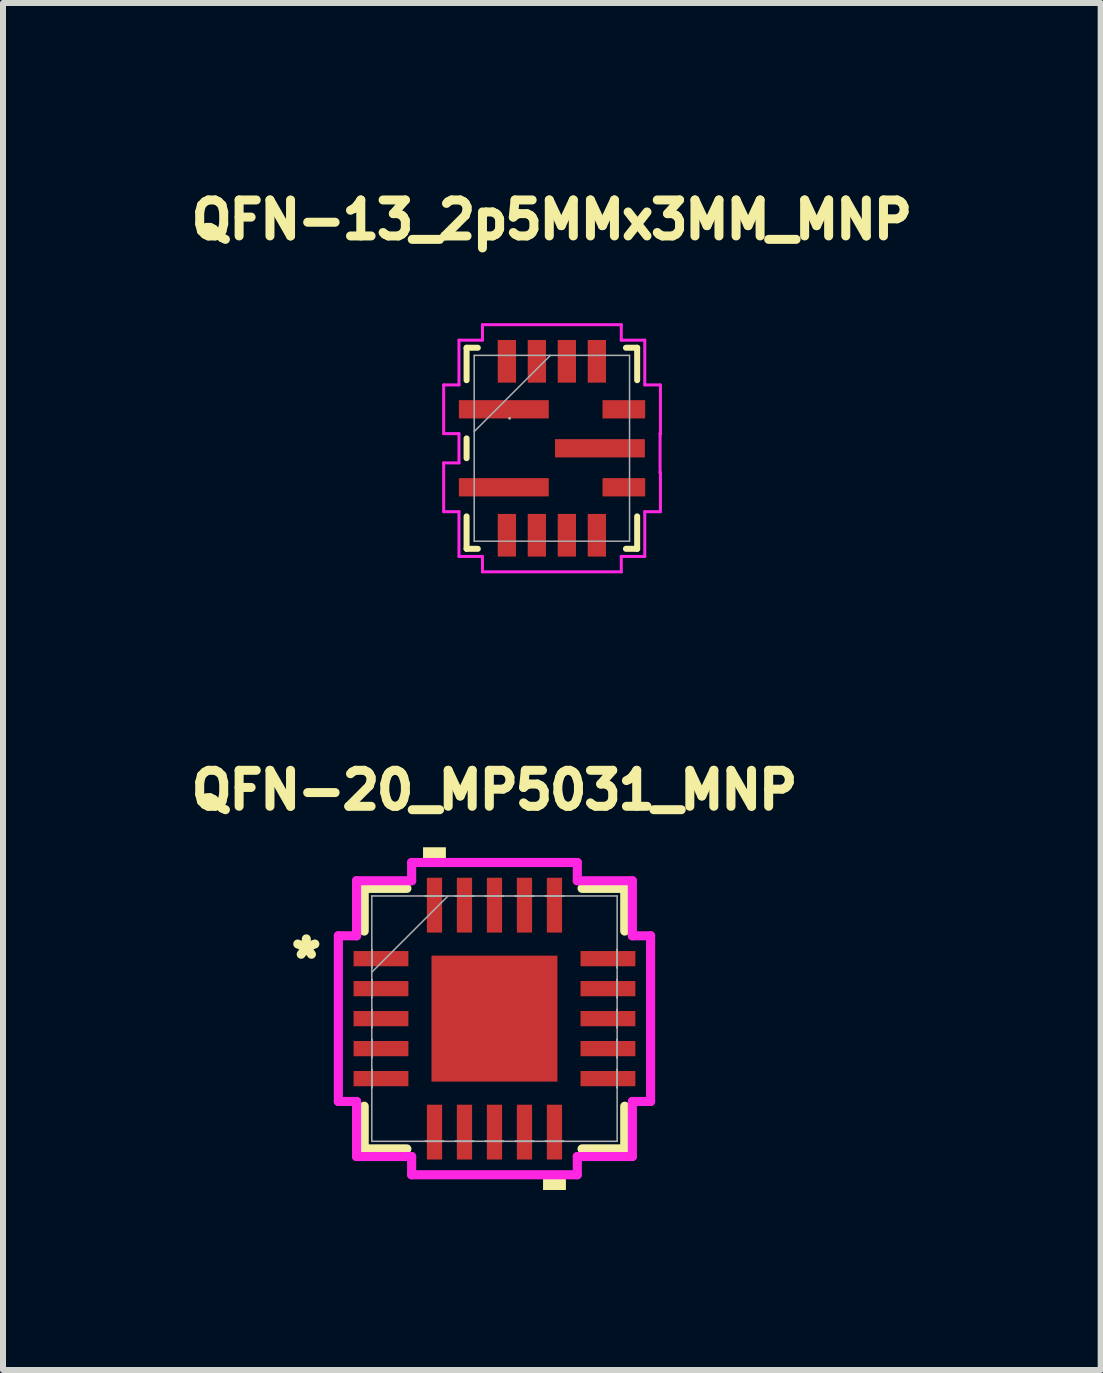
<source format=kicad_pcb>
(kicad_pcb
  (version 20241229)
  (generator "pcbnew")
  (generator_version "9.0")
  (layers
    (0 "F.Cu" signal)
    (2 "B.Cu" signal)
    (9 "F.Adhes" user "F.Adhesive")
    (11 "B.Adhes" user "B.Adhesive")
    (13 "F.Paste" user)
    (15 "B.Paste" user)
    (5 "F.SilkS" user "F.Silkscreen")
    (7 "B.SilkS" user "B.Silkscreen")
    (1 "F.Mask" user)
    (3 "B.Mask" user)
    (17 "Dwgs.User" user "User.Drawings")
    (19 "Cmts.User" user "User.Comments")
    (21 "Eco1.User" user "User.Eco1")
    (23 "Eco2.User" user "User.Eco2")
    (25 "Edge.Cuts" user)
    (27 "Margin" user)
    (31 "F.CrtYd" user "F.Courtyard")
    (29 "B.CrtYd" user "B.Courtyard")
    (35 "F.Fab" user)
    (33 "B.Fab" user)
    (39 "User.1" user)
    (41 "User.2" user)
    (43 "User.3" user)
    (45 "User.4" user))
  (footprint "QFN-13_2p5MMx3MM_MNP"
    (layer "F.Cu")
    (at 6.151 4.424)
    (property "Reference" "QFN-13_2p5MMx3MM_MNP" (at 0 -3.81 0) (unlocked yes) (layer "F.SilkS") (effects (font (size 0.6 0.6) (thickness 0.15))))
    (attr smd)
    (fp_line (start -1.422 -1.676) (end -1.235 -1.676) (stroke (width 0.1) (type solid)) (layer "F.SilkS"))
    (fp_line (start -1.422 -1.135) (end -1.422 -1.676) (stroke (width 0.1) (type solid)) (layer "F.SilkS"))
    (fp_line (start -1.422 0.165) (end -1.422 -0.165) (stroke (width 0.1) (type solid)) (layer "F.SilkS"))
    (fp_line (start -1.422 1.676) (end -1.422 1.135) (stroke (width 0.1) (type solid)) (layer "F.SilkS"))
    (fp_line (start -1.235 1.676) (end -1.422 1.676) (stroke (width 0.1) (type solid)) (layer "F.SilkS"))
    (fp_line (start 1.235 -1.676) (end 1.422 -1.676) (stroke (width 0.1) (type solid)) (layer "F.SilkS"))
    (fp_line (start 1.422 -1.676) (end 1.422 -1.135) (stroke (width 0.1) (type solid)) (layer "F.SilkS"))
    (fp_line (start 1.422 1.135) (end 1.422 1.676) (stroke (width 0.1) (type solid)) (layer "F.SilkS"))
    (fp_line (start 1.422 1.676) (end 1.235 1.676) (stroke (width 0.1) (type solid)) (layer "F.SilkS"))
    (fp_line (start -1.804 -1.057) (end -1.804 -0.244) (stroke (width 0.05) (type solid)) (layer "F.CrtYd"))
    (fp_line (start -1.804 -0.244) (end -1.549 -0.244) (stroke (width 0.05) (type solid)) (layer "F.CrtYd"))
    (fp_line (start -1.804 0.244) (end -1.804 1.057) (stroke (width 0.05) (type solid)) (layer "F.CrtYd"))
    (fp_line (start -1.804 1.057) (end -1.549 1.057) (stroke (width 0.05) (type solid)) (layer "F.CrtYd"))
    (fp_line (start -1.549 -1.803) (end -1.549 -1.057) (stroke (width 0.05) (type solid)) (layer "F.CrtYd"))
    (fp_line (start -1.549 -1.057) (end -1.804 -1.057) (stroke (width 0.05) (type solid)) (layer "F.CrtYd"))
    (fp_line (start -1.549 -0.244) (end -1.549 0.244) (stroke (width 0.05) (type solid)) (layer "F.CrtYd"))
    (fp_line (start -1.549 0.244) (end -1.804 0.244) (stroke (width 0.05) (type solid)) (layer "F.CrtYd"))
    (fp_line (start -1.549 1.057) (end -1.549 1.803) (stroke (width 0.05) (type solid)) (layer "F.CrtYd"))
    (fp_line (start -1.549 1.803) (end -1.157 1.803) (stroke (width 0.05) (type solid)) (layer "F.CrtYd"))
    (fp_line (start -1.157 -2.06) (end -1.157 -1.803) (stroke (width 0.05) (type solid)) (layer "F.CrtYd"))
    (fp_line (start -1.157 -1.803) (end -1.549 -1.803) (stroke (width 0.05) (type solid)) (layer "F.CrtYd"))
    (fp_line (start -1.157 1.803) (end -1.157 2.06) (stroke (width 0.05) (type solid)) (layer "F.CrtYd"))
    (fp_line (start -1.157 2.06) (end 1.157 2.06) (stroke (width 0.05) (type solid)) (layer "F.CrtYd"))
    (fp_line (start 1.157 -2.06) (end -1.157 -2.06) (stroke (width 0.05) (type solid)) (layer "F.CrtYd"))
    (fp_line (start 1.157 -1.803) (end 1.157 -2.06) (stroke (width 0.05) (type solid)) (layer "F.CrtYd"))
    (fp_line (start 1.157 1.803) (end 1.549 1.803) (stroke (width 0.05) (type solid)) (layer "F.CrtYd"))
    (fp_line (start 1.157 2.06) (end 1.157 1.803) (stroke (width 0.05) (type solid)) (layer "F.CrtYd"))
    (fp_line (start 1.549 -1.803) (end 1.157 -1.803) (stroke (width 0.05) (type solid)) (layer "F.CrtYd"))
    (fp_line (start 1.549 -1.057) (end 1.549 -1.803) (stroke (width 0.05) (type solid)) (layer "F.CrtYd"))
    (fp_line (start 1.549 1.057) (end 1.81 1.057) (stroke (width 0.05) (type solid)) (layer "F.CrtYd"))
    (fp_line (start 1.549 1.803) (end 1.549 1.057) (stroke (width 0.05) (type solid)) (layer "F.CrtYd"))
    (fp_line (start 1.804 -0.244) (end 1.81 -0.244) (stroke (width 0.05) (type solid)) (layer "F.CrtYd"))
    (fp_line (start 1.804 0.406) (end 1.804 -0.244) (stroke (width 0.05) (type solid)) (layer "F.CrtYd"))
    (fp_line (start 1.81 -1.057) (end 1.549 -1.057) (stroke (width 0.05) (type solid)) (layer "F.CrtYd"))
    (fp_line (start 1.81 -0.244) (end 1.81 -1.057) (stroke (width 0.05) (type solid)) (layer "F.CrtYd"))
    (fp_line (start 1.81 0.406) (end 1.804 0.406) (stroke (width 0.05) (type solid)) (layer "F.CrtYd"))
    (fp_line (start 1.81 1.057) (end 1.81 0.406) (stroke (width 0.05) (type solid)) (layer "F.CrtYd"))
    (fp_line (start -1.295 -1.549) (end -1.295 1.549) (stroke (width 0.025) (type solid)) (layer "F.Fab"))
    (fp_line (start -1.295 -0.279) (end -0.025 -1.549) (stroke (width 0.025) (type solid)) (layer "F.Fab"))
    (fp_line (start -1.295 1.549) (end 1.295 1.549) (stroke (width 0.025) (type solid)) (layer "F.Fab"))
    (fp_line (start 1.295 -1.549) (end -1.295 -1.549) (stroke (width 0.025) (type solid)) (layer "F.Fab"))
    (fp_line (start 1.295 1.549) (end 1.295 -1.549) (stroke (width 0.025) (type solid)) (layer "F.Fab"))
    (fp_circle (center -0.705 -0.5) (end -0.705 -0.5) (stroke (width 0.025) (type solid)) (fill no) (layer "F.Fab"))
    (pad "1" smd rect (at -0.801 -0.65) (size 1.499 0.305) (layers "F.Cu" "F.Mask" "F.Paste"))
    (pad "2" smd rect (at -0.801 0.65) (size 1.499 0.305) (layers "F.Cu" "F.Mask" "F.Paste"))
    (pad "3" smd rect (at -0.75 1.45 90) (size 0.711 0.305) (layers "F.Cu" "F.Mask" "F.Paste"))
    (pad "4" smd rect (at -0.25 1.45 90) (size 0.711 0.305) (layers "F.Cu" "F.Mask" "F.Paste"))
    (pad "5" smd rect (at 0.25 1.45 90) (size 0.711 0.305) (layers "F.Cu" "F.Mask" "F.Paste"))
    (pad "6" smd rect (at 0.75 1.45 90) (size 0.711 0.305) (layers "F.Cu" "F.Mask" "F.Paste"))
    (pad "7" smd rect (at 1.2 0.65) (size 0.711 0.305) (layers "F.Cu" "F.Mask" "F.Paste"))
    (pad "8" smd rect (at 0.801 0) (size 1.499 0.305) (layers "F.Cu" "F.Mask" "F.Paste"))
    (pad "9" smd rect (at 1.2 -0.65) (size 0.711 0.305) (layers "F.Cu" "F.Mask" "F.Paste"))
    (pad "10" smd rect (at 0.75 -1.45 90) (size 0.711 0.305) (layers "F.Cu" "F.Mask" "F.Paste"))
    (pad "11" smd rect (at 0.25 -1.45 90) (size 0.711 0.305) (layers "F.Cu" "F.Mask" "F.Paste"))
    (pad "12" smd rect (at -0.25 -1.45 90) (size 0.711 0.305) (layers "F.Cu" "F.Mask" "F.Paste"))
    (pad "13" smd rect (at -0.75 -1.45 90) (size 0.711 0.305) (layers "F.Cu" "F.Mask" "F.Paste")))
  (footprint "QFN-20_MP5031_MNP"
    (layer "F.Cu")
    (at 5.194 13.933)
    (property "Reference" "QFN-20_MP5031_MNP" (at 0 -3.81 0) (unlocked yes) (layer "F.SilkS") (effects (font (size 0.6 0.6) (thickness 0.15))))
    (attr smd)
    (fp_line (start -2.172 -2.172) (end -2.172 -1.46) (stroke (width 0.152) (type solid)) (layer "F.SilkS"))
    (fp_line (start -2.172 1.46) (end -2.172 2.172) (stroke (width 0.152) (type solid)) (layer "F.SilkS"))
    (fp_line (start -2.172 2.172) (end -1.46 2.172) (stroke (width 0.152) (type solid)) (layer "F.SilkS"))
    (fp_line (start -1.46 -2.172) (end -2.172 -2.172) (stroke (width 0.152) (type solid)) (layer "F.SilkS"))
    (fp_line (start 1.46 2.172) (end 2.172 2.172) (stroke (width 0.152) (type solid)) (layer "F.SilkS"))
    (fp_line (start 2.172 -2.172) (end 1.46 -2.172) (stroke (width 0.152) (type solid)) (layer "F.SilkS"))
    (fp_line (start 2.172 -1.46) (end 2.172 -2.172) (stroke (width 0.152) (type solid)) (layer "F.SilkS"))
    (fp_line (start 2.172 2.172) (end 2.172 1.46) (stroke (width 0.152) (type solid)) (layer "F.SilkS"))
    (fp_poly (pts (xy -1.191 -2.603) (xy -1.191 -2.857) (xy -0.81 -2.857) (xy -0.81 -2.603)) (stroke (width 0) (type solid)) (fill yes) (layer "F.SilkS"))
    (fp_poly (pts (xy 0.81 2.603) (xy 0.81 2.857) (xy 1.191 2.857) (xy 1.191 2.603)) (stroke (width 0) (type solid)) (fill yes) (layer "F.SilkS"))
    (fp_line (start -2.603 -1.381) (end -2.299 -1.381) (stroke (width 0.152) (type solid)) (layer "F.CrtYd"))
    (fp_line (start -2.603 1.381) (end -2.603 -1.381) (stroke (width 0.152) (type solid)) (layer "F.CrtYd"))
    (fp_line (start -2.299 -2.299) (end -1.381 -2.299) (stroke (width 0.152) (type solid)) (layer "F.CrtYd"))
    (fp_line (start -2.299 -1.381) (end -2.299 -2.299) (stroke (width 0.152) (type solid)) (layer "F.CrtYd"))
    (fp_line (start -2.299 1.381) (end -2.603 1.381) (stroke (width 0.152) (type solid)) (layer "F.CrtYd"))
    (fp_line (start -2.299 2.299) (end -2.299 1.381) (stroke (width 0.152) (type solid)) (layer "F.CrtYd"))
    (fp_line (start -1.381 -2.603) (end 1.381 -2.603) (stroke (width 0.152) (type solid)) (layer "F.CrtYd"))
    (fp_line (start -1.381 -2.299) (end -1.381 -2.603) (stroke (width 0.152) (type solid)) (layer "F.CrtYd"))
    (fp_line (start -1.381 2.299) (end -2.299 2.299) (stroke (width 0.152) (type solid)) (layer "F.CrtYd"))
    (fp_line (start -1.381 2.603) (end -1.381 2.299) (stroke (width 0.152) (type solid)) (layer "F.CrtYd"))
    (fp_line (start 1.381 -2.603) (end 1.381 -2.299) (stroke (width 0.152) (type solid)) (layer "F.CrtYd"))
    (fp_line (start 1.381 -2.299) (end 2.299 -2.299) (stroke (width 0.152) (type solid)) (layer "F.CrtYd"))
    (fp_line (start 1.381 2.299) (end 1.381 2.603) (stroke (width 0.152) (type solid)) (layer "F.CrtYd"))
    (fp_line (start 1.381 2.603) (end -1.381 2.603) (stroke (width 0.152) (type solid)) (layer "F.CrtYd"))
    (fp_line (start 2.299 -2.299) (end 2.299 -1.381) (stroke (width 0.152) (type solid)) (layer "F.CrtYd"))
    (fp_line (start 2.299 -1.381) (end 2.603 -1.381) (stroke (width 0.152) (type solid)) (layer "F.CrtYd"))
    (fp_line (start 2.299 1.381) (end 2.299 2.299) (stroke (width 0.152) (type solid)) (layer "F.CrtYd"))
    (fp_line (start 2.299 2.299) (end 1.381 2.299) (stroke (width 0.152) (type solid)) (layer "F.CrtYd"))
    (fp_line (start 2.603 -1.381) (end 2.603 1.381) (stroke (width 0.152) (type solid)) (layer "F.CrtYd"))
    (fp_line (start 2.603 1.381) (end 2.299 1.381) (stroke (width 0.152) (type solid)) (layer "F.CrtYd"))
    (fp_line (start -2.045 -2.045) (end -2.045 2.045) (stroke (width 0.025) (type solid)) (layer "F.Fab"))
    (fp_line (start -2.045 -1.152) (end -2.045 -1.152) (stroke (width 0.025) (type solid)) (layer "F.Fab"))
    (fp_line (start -2.045 -1.152) (end -2.045 -0.848) (stroke (width 0.025) (type solid)) (layer "F.Fab"))
    (fp_line (start -2.045 -0.848) (end -2.045 -1.152) (stroke (width 0.025) (type solid)) (layer "F.Fab"))
    (fp_line (start -2.045 -0.848) (end -2.045 -0.848) (stroke (width 0.025) (type solid)) (layer "F.Fab"))
    (fp_line (start -2.045 -0.775) (end -0.775 -2.045) (stroke (width 0.025) (type solid)) (layer "F.Fab"))
    (fp_line (start -2.045 -0.652) (end -2.045 -0.652) (stroke (width 0.025) (type solid)) (layer "F.Fab"))
    (fp_line (start -2.045 -0.652) (end -2.045 -0.348) (stroke (width 0.025) (type solid)) (layer "F.Fab"))
    (fp_line (start -2.045 -0.348) (end -2.045 -0.652) (stroke (width 0.025) (type solid)) (layer "F.Fab"))
    (fp_line (start -2.045 -0.348) (end -2.045 -0.348) (stroke (width 0.025) (type solid)) (layer "F.Fab"))
    (fp_line (start -2.045 -0.152) (end -2.045 -0.152) (stroke (width 0.025) (type solid)) (layer "F.Fab"))
    (fp_line (start -2.045 -0.152) (end -2.045 0.152) (stroke (width 0.025) (type solid)) (layer "F.Fab"))
    (fp_line (start -2.045 0.152) (end -2.045 -0.152) (stroke (width 0.025) (type solid)) (layer "F.Fab"))
    (fp_line (start -2.045 0.152) (end -2.045 0.152) (stroke (width 0.025) (type solid)) (layer "F.Fab"))
    (fp_line (start -2.045 0.348) (end -2.045 0.348) (stroke (width 0.025) (type solid)) (layer "F.Fab"))
    (fp_line (start -2.045 0.348) (end -2.045 0.652) (stroke (width 0.025) (type solid)) (layer "F.Fab"))
    (fp_line (start -2.045 0.652) (end -2.045 0.348) (stroke (width 0.025) (type solid)) (layer "F.Fab"))
    (fp_line (start -2.045 0.652) (end -2.045 0.652) (stroke (width 0.025) (type solid)) (layer "F.Fab"))
    (fp_line (start -2.045 0.848) (end -2.045 0.848) (stroke (width 0.025) (type solid)) (layer "F.Fab"))
    (fp_line (start -2.045 0.848) (end -2.045 1.152) (stroke (width 0.025) (type solid)) (layer "F.Fab"))
    (fp_line (start -2.045 1.152) (end -2.045 0.848) (stroke (width 0.025) (type solid)) (layer "F.Fab"))
    (fp_line (start -2.045 1.152) (end -2.045 1.152) (stroke (width 0.025) (type solid)) (layer "F.Fab"))
    (fp_line (start -2.045 2.045) (end 2.045 2.045) (stroke (width 0.025) (type solid)) (layer "F.Fab"))
    (fp_line (start -1.152 -2.045) (end -1.152 -2.045) (stroke (width 0.025) (type solid)) (layer "F.Fab"))
    (fp_line (start -1.152 -2.045) (end -0.848 -2.045) (stroke (width 0.025) (type solid)) (layer "F.Fab"))
    (fp_line (start -1.152 2.045) (end -1.152 2.045) (stroke (width 0.025) (type solid)) (layer "F.Fab"))
    (fp_line (start -1.152 2.045) (end -0.848 2.045) (stroke (width 0.025) (type solid)) (layer "F.Fab"))
    (fp_line (start -0.848 -2.045) (end -1.152 -2.045) (stroke (width 0.025) (type solid)) (layer "F.Fab"))
    (fp_line (start -0.848 -2.045) (end -0.848 -2.045) (stroke (width 0.025) (type solid)) (layer "F.Fab"))
    (fp_line (start -0.848 2.045) (end -1.152 2.045) (stroke (width 0.025) (type solid)) (layer "F.Fab"))
    (fp_line (start -0.848 2.045) (end -0.848 2.045) (stroke (width 0.025) (type solid)) (layer "F.Fab"))
    (fp_line (start -0.652 -2.045) (end -0.652 -2.045) (stroke (width 0.025) (type solid)) (layer "F.Fab"))
    (fp_line (start -0.652 -2.045) (end -0.348 -2.045) (stroke (width 0.025) (type solid)) (layer "F.Fab"))
    (fp_line (start -0.652 2.045) (end -0.652 2.045) (stroke (width 0.025) (type solid)) (layer "F.Fab"))
    (fp_line (start -0.652 2.045) (end -0.348 2.045) (stroke (width 0.025) (type solid)) (layer "F.Fab"))
    (fp_line (start -0.348 -2.045) (end -0.652 -2.045) (stroke (width 0.025) (type solid)) (layer "F.Fab"))
    (fp_line (start -0.348 -2.045) (end -0.348 -2.045) (stroke (width 0.025) (type solid)) (layer "F.Fab"))
    (fp_line (start -0.348 2.045) (end -0.652 2.045) (stroke (width 0.025) (type solid)) (layer "F.Fab"))
    (fp_line (start -0.348 2.045) (end -0.348 2.045) (stroke (width 0.025) (type solid)) (layer "F.Fab"))
    (fp_line (start -0.152 -2.045) (end -0.152 -2.045) (stroke (width 0.025) (type solid)) (layer "F.Fab"))
    (fp_line (start -0.152 -2.045) (end 0.152 -2.045) (stroke (width 0.025) (type solid)) (layer "F.Fab"))
    (fp_line (start -0.152 2.045) (end -0.152 2.045) (stroke (width 0.025) (type solid)) (layer "F.Fab"))
    (fp_line (start -0.152 2.045) (end 0.152 2.045) (stroke (width 0.025) (type solid)) (layer "F.Fab"))
    (fp_line (start 0.152 -2.045) (end -0.152 -2.045) (stroke (width 0.025) (type solid)) (layer "F.Fab"))
    (fp_line (start 0.152 -2.045) (end 0.152 -2.045) (stroke (width 0.025) (type solid)) (layer "F.Fab"))
    (fp_line (start 0.152 2.045) (end -0.152 2.045) (stroke (width 0.025) (type solid)) (layer "F.Fab"))
    (fp_line (start 0.152 2.045) (end 0.152 2.045) (stroke (width 0.025) (type solid)) (layer "F.Fab"))
    (fp_line (start 0.348 -2.045) (end 0.348 -2.045) (stroke (width 0.025) (type solid)) (layer "F.Fab"))
    (fp_line (start 0.348 -2.045) (end 0.652 -2.045) (stroke (width 0.025) (type solid)) (layer "F.Fab"))
    (fp_line (start 0.348 2.045) (end 0.348 2.045) (stroke (width 0.025) (type solid)) (layer "F.Fab"))
    (fp_line (start 0.348 2.045) (end 0.652 2.045) (stroke (width 0.025) (type solid)) (layer "F.Fab"))
    (fp_line (start 0.652 -2.045) (end 0.348 -2.045) (stroke (width 0.025) (type solid)) (layer "F.Fab"))
    (fp_line (start 0.652 -2.045) (end 0.652 -2.045) (stroke (width 0.025) (type solid)) (layer "F.Fab"))
    (fp_line (start 0.652 2.045) (end 0.348 2.045) (stroke (width 0.025) (type solid)) (layer "F.Fab"))
    (fp_line (start 0.652 2.045) (end 0.652 2.045) (stroke (width 0.025) (type solid)) (layer "F.Fab"))
    (fp_line (start 0.848 -2.045) (end 0.848 -2.045) (stroke (width 0.025) (type solid)) (layer "F.Fab"))
    (fp_line (start 0.848 -2.045) (end 1.152 -2.045) (stroke (width 0.025) (type solid)) (layer "F.Fab"))
    (fp_line (start 0.848 2.045) (end 0.848 2.045) (stroke (width 0.025) (type solid)) (layer "F.Fab"))
    (fp_line (start 0.848 2.045) (end 1.152 2.045) (stroke (width 0.025) (type solid)) (layer "F.Fab"))
    (fp_line (start 1.152 -2.045) (end 0.848 -2.045) (stroke (width 0.025) (type solid)) (layer "F.Fab"))
    (fp_line (start 1.152 -2.045) (end 1.152 -2.045) (stroke (width 0.025) (type solid)) (layer "F.Fab"))
    (fp_line (start 1.152 2.045) (end 0.848 2.045) (stroke (width 0.025) (type solid)) (layer "F.Fab"))
    (fp_line (start 1.152 2.045) (end 1.152 2.045) (stroke (width 0.025) (type solid)) (layer "F.Fab"))
    (fp_line (start 2.045 -2.045) (end -2.045 -2.045) (stroke (width 0.025) (type solid)) (layer "F.Fab"))
    (fp_line (start 2.045 -1.152) (end 2.045 -1.152) (stroke (width 0.025) (type solid)) (layer "F.Fab"))
    (fp_line (start 2.045 -1.152) (end 2.045 -0.848) (stroke (width 0.025) (type solid)) (layer "F.Fab"))
    (fp_line (start 2.045 -0.848) (end 2.045 -1.152) (stroke (width 0.025) (type solid)) (layer "F.Fab"))
    (fp_line (start 2.045 -0.848) (end 2.045 -0.848) (stroke (width 0.025) (type solid)) (layer "F.Fab"))
    (fp_line (start 2.045 -0.652) (end 2.045 -0.652) (stroke (width 0.025) (type solid)) (layer "F.Fab"))
    (fp_line (start 2.045 -0.652) (end 2.045 -0.348) (stroke (width 0.025) (type solid)) (layer "F.Fab"))
    (fp_line (start 2.045 -0.348) (end 2.045 -0.652) (stroke (width 0.025) (type solid)) (layer "F.Fab"))
    (fp_line (start 2.045 -0.348) (end 2.045 -0.348) (stroke (width 0.025) (type solid)) (layer "F.Fab"))
    (fp_line (start 2.045 -0.152) (end 2.045 -0.152) (stroke (width 0.025) (type solid)) (layer "F.Fab"))
    (fp_line (start 2.045 -0.152) (end 2.045 0.152) (stroke (width 0.025) (type solid)) (layer "F.Fab"))
    (fp_line (start 2.045 0.152) (end 2.045 -0.152) (stroke (width 0.025) (type solid)) (layer "F.Fab"))
    (fp_line (start 2.045 0.152) (end 2.045 0.152) (stroke (width 0.025) (type solid)) (layer "F.Fab"))
    (fp_line (start 2.045 0.348) (end 2.045 0.348) (stroke (width 0.025) (type solid)) (layer "F.Fab"))
    (fp_line (start 2.045 0.348) (end 2.045 0.652) (stroke (width 0.025) (type solid)) (layer "F.Fab"))
    (fp_line (start 2.045 0.652) (end 2.045 0.348) (stroke (width 0.025) (type solid)) (layer "F.Fab"))
    (fp_line (start 2.045 0.652) (end 2.045 0.652) (stroke (width 0.025) (type solid)) (layer "F.Fab"))
    (fp_line (start 2.045 0.848) (end 2.045 0.848) (stroke (width 0.025) (type solid)) (layer "F.Fab"))
    (fp_line (start 2.045 0.848) (end 2.045 1.152) (stroke (width 0.025) (type solid)) (layer "F.Fab"))
    (fp_line (start 2.045 1.152) (end 2.045 0.848) (stroke (width 0.025) (type solid)) (layer "F.Fab"))
    (fp_line (start 2.045 1.152) (end 2.045 1.152) (stroke (width 0.025) (type solid)) (layer "F.Fab"))
    (fp_line (start 2.045 2.045) (end 2.045 -2.045) (stroke (width 0.025) (type solid)) (layer "F.Fab"))
    (fp_text user "*" (at -3.137 -1 0) (unlocked yes) (layer "F.SilkS") (effects (font (size 0.6 0.6) (thickness 0.15))))
    (pad "1" smd rect (at -1.892 -1 90) (size 0.254 0.914) (layers "F.Cu" "F.Mask" "F.Paste"))
    (pad "2" smd rect (at -1.892 -0.5 90) (size 0.254 0.914) (layers "F.Cu" "F.Mask" "F.Paste"))
    (pad "3" smd rect (at -1.892 0 90) (size 0.254 0.914) (layers "F.Cu" "F.Mask" "F.Paste"))
    (pad "4" smd rect (at -1.892 0.5 90) (size 0.254 0.914) (layers "F.Cu" "F.Mask" "F.Paste"))
    (pad "5" smd rect (at -1.892 1 90) (size 0.254 0.914) (layers "F.Cu" "F.Mask" "F.Paste"))
    (pad "6" smd rect (at -1 1.892) (size 0.254 0.914) (layers "F.Cu" "F.Mask" "F.Paste"))
    (pad "7" smd rect (at -0.5 1.892) (size 0.254 0.914) (layers "F.Cu" "F.Mask" "F.Paste"))
    (pad "8" smd rect (at 0 1.892) (size 0.254 0.914) (layers "F.Cu" "F.Mask" "F.Paste"))
    (pad "9" smd rect (at 0.5 1.892) (size 0.254 0.914) (layers "F.Cu" "F.Mask" "F.Paste"))
    (pad "10" smd rect (at 1 1.892) (size 0.254 0.914) (layers "F.Cu" "F.Mask" "F.Paste"))
    (pad "11" smd rect (at 1.892 1 90) (size 0.254 0.914) (layers "F.Cu" "F.Mask" "F.Paste"))
    (pad "12" smd rect (at 1.892 0.5 90) (size 0.254 0.914) (layers "F.Cu" "F.Mask" "F.Paste"))
    (pad "13" smd rect (at 1.892 0 90) (size 0.254 0.914) (layers "F.Cu" "F.Mask" "F.Paste"))
    (pad "14" smd rect (at 1.892 -0.5 90) (size 0.254 0.914) (layers "F.Cu" "F.Mask" "F.Paste"))
    (pad "15" smd rect (at 1.892 -1 90) (size 0.254 0.914) (layers "F.Cu" "F.Mask" "F.Paste"))
    (pad "16" smd rect (at 1 -1.892) (size 0.254 0.914) (layers "F.Cu" "F.Mask" "F.Paste"))
    (pad "17" smd rect (at 0.5 -1.892) (size 0.254 0.914) (layers "F.Cu" "F.Mask" "F.Paste"))
    (pad "18" smd rect (at 0 -1.892) (size 0.254 0.914) (layers "F.Cu" "F.Mask" "F.Paste"))
    (pad "19" smd rect (at -0.5 -1.892) (size 0.254 0.914) (layers "F.Cu" "F.Mask" "F.Paste"))
    (pad "20" smd rect (at -1 -1.892) (size 0.254 0.914) (layers "F.Cu" "F.Mask" "F.Paste"))
    (pad "21" smd rect (at 0 0) (size 2.1 2.1) (layers "F.Cu" "F.Mask" "F.Paste")))
  (gr_rect
    (start -3 -3)
    (end 15.301 19.791)
    (stroke (width 0.1) (type default))
    (fill no)
    (layer "Edge.Cuts")))
</source>
